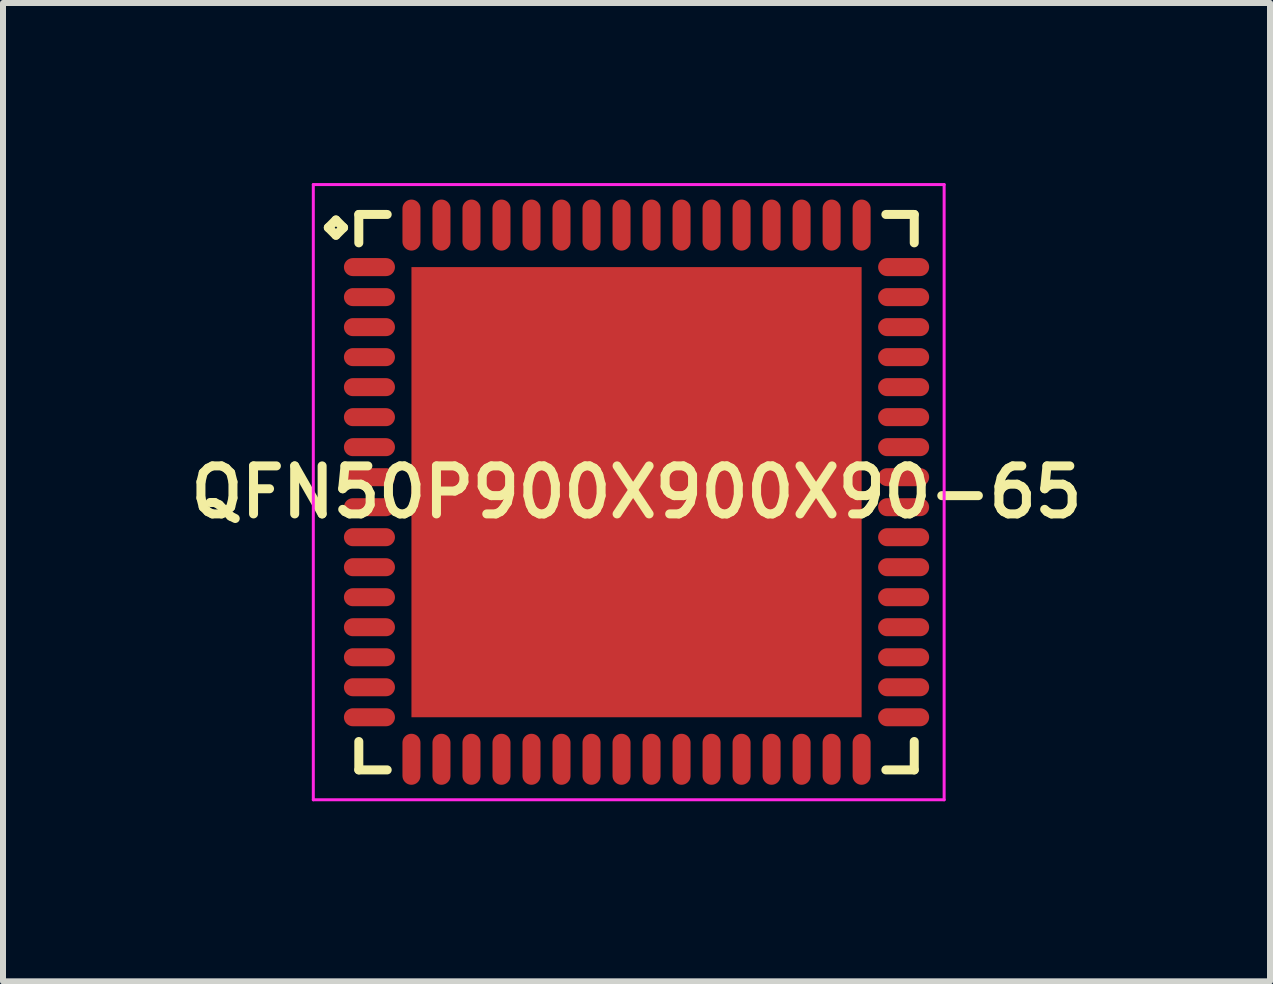
<source format=kicad_pcb>
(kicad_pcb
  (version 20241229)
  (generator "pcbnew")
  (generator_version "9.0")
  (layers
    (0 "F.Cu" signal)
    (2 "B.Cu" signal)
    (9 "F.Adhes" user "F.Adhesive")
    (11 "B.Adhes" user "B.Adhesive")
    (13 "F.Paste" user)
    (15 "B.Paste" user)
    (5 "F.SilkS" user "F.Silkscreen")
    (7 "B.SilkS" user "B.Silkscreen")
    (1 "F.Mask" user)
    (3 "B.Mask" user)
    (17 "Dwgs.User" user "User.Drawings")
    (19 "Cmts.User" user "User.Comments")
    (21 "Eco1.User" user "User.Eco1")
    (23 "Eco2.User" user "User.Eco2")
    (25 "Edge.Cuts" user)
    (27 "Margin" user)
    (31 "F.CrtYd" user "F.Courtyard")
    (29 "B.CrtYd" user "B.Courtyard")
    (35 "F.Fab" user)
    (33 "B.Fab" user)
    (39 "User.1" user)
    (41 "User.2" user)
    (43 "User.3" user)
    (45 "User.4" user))
  (footprint "QFN50P900X900X90-65"
    (layer "F.Cu")
    (at 7.555 5.15)
    (property "Reference" "QFN50P900X900X90-65" (at 0 0 0) (layer "F.SilkS") (effects (font (size 0.8 0.8) (thickness 0.15))))
    (attr smd)
    (fp_line (start -5.135 -4.408) (end -5.008 -4.535) (stroke (width 0.15) (type solid)) (layer "F.SilkS"))
    (fp_line (start -5.008 -4.535) (end -4.881 -4.408) (stroke (width 0.15) (type solid)) (layer "F.SilkS"))
    (fp_line (start -5.008 -4.281) (end -5.135 -4.408) (stroke (width 0.15) (type solid)) (layer "F.SilkS"))
    (fp_line (start -4.881 -4.408) (end -5.008 -4.281) (stroke (width 0.15) (type solid)) (layer "F.SilkS"))
    (fp_line (start -4.627 -4.627) (end -4.154 -4.627) (stroke (width 0.15) (type solid)) (layer "F.SilkS"))
    (fp_line (start -4.627 -4.154) (end -4.627 -4.627) (stroke (width 0.15) (type solid)) (layer "F.SilkS"))
    (fp_line (start -4.627 4.154) (end -4.627 4.627) (stroke (width 0.15) (type solid)) (layer "F.SilkS"))
    (fp_line (start -4.627 4.627) (end -4.154 4.627) (stroke (width 0.15) (type solid)) (layer "F.SilkS"))
    (fp_line (start 4.154 -4.627) (end 4.627 -4.627) (stroke (width 0.15) (type solid)) (layer "F.SilkS"))
    (fp_line (start 4.154 4.627) (end 4.627 4.627) (stroke (width 0.15) (type solid)) (layer "F.SilkS"))
    (fp_line (start 4.627 -4.627) (end 4.627 -4.154) (stroke (width 0.15) (type solid)) (layer "F.SilkS"))
    (fp_line (start 4.627 4.627) (end 4.627 4.154) (stroke (width 0.15) (type solid)) (layer "F.SilkS"))
    (fp_line (start -5.385 -5.125) (end 5.125 -5.125) (stroke (width 0.05) (type solid)) (layer "F.CrtYd"))
    (fp_line (start -5.385 5.125) (end -5.385 -5.125) (stroke (width 0.05) (type solid)) (layer "F.CrtYd"))
    (fp_line (start 5.125 -5.125) (end 5.125 5.125) (stroke (width 0.05) (type solid)) (layer "F.CrtYd"))
    (fp_line (start 5.125 5.125) (end -5.385 5.125) (stroke (width 0.05) (type solid)) (layer "F.CrtYd"))
    (pad "1" smd oval (at -4.45 -3.75) (size 0.85 0.3) (layers "F.Cu" "F.Mask" "F.Paste"))
    (pad "2" smd oval (at -4.45 -3.25) (size 0.85 0.3) (layers "F.Cu" "F.Mask" "F.Paste"))
    (pad "3" smd oval (at -4.45 -2.75) (size 0.85 0.3) (layers "F.Cu" "F.Mask" "F.Paste"))
    (pad "4" smd oval (at -4.45 -2.25) (size 0.85 0.3) (layers "F.Cu" "F.Mask" "F.Paste"))
    (pad "5" smd oval (at -4.45 -1.75) (size 0.85 0.3) (layers "F.Cu" "F.Mask" "F.Paste"))
    (pad "6" smd oval (at -4.45 -1.25) (size 0.85 0.3) (layers "F.Cu" "F.Mask" "F.Paste"))
    (pad "7" smd oval (at -4.45 -0.75) (size 0.85 0.3) (layers "F.Cu" "F.Mask" "F.Paste"))
    (pad "8" smd oval (at -4.45 -0.25) (size 0.85 0.3) (layers "F.Cu" "F.Mask" "F.Paste"))
    (pad "9" smd oval (at -4.45 0.25) (size 0.85 0.3) (layers "F.Cu" "F.Mask" "F.Paste"))
    (pad "10" smd oval (at -4.45 0.75) (size 0.85 0.3) (layers "F.Cu" "F.Mask" "F.Paste"))
    (pad "11" smd oval (at -4.45 1.25) (size 0.85 0.3) (layers "F.Cu" "F.Mask" "F.Paste"))
    (pad "12" smd oval (at -4.45 1.75) (size 0.85 0.3) (layers "F.Cu" "F.Mask" "F.Paste"))
    (pad "13" smd oval (at -4.45 2.25) (size 0.85 0.3) (layers "F.Cu" "F.Mask" "F.Paste"))
    (pad "14" smd oval (at -4.45 2.75) (size 0.85 0.3) (layers "F.Cu" "F.Mask" "F.Paste"))
    (pad "15" smd oval (at -4.45 3.25) (size 0.85 0.3) (layers "F.Cu" "F.Mask" "F.Paste"))
    (pad "16" smd oval (at -4.45 3.75) (size 0.85 0.3) (layers "F.Cu" "F.Mask" "F.Paste"))
    (pad "17" smd oval (at -3.75 4.45) (size 0.3 0.85) (layers "F.Cu" "F.Mask" "F.Paste"))
    (pad "18" smd oval (at -3.25 4.45) (size 0.3 0.85) (layers "F.Cu" "F.Mask" "F.Paste"))
    (pad "19" smd oval (at -2.75 4.45) (size 0.3 0.85) (layers "F.Cu" "F.Mask" "F.Paste"))
    (pad "20" smd oval (at -2.25 4.45) (size 0.3 0.85) (layers "F.Cu" "F.Mask" "F.Paste"))
    (pad "21" smd oval (at -1.75 4.45) (size 0.3 0.85) (layers "F.Cu" "F.Mask" "F.Paste"))
    (pad "22" smd oval (at -1.25 4.45) (size 0.3 0.85) (layers "F.Cu" "F.Mask" "F.Paste"))
    (pad "23" smd oval (at -0.75 4.45) (size 0.3 0.85) (layers "F.Cu" "F.Mask" "F.Paste"))
    (pad "24" smd oval (at -0.25 4.45) (size 0.3 0.85) (layers "F.Cu" "F.Mask" "F.Paste"))
    (pad "25" smd oval (at 0.25 4.45) (size 0.3 0.85) (layers "F.Cu" "F.Mask" "F.Paste"))
    (pad "26" smd oval (at 0.75 4.45) (size 0.3 0.85) (layers "F.Cu" "F.Mask" "F.Paste"))
    (pad "27" smd oval (at 1.25 4.45) (size 0.3 0.85) (layers "F.Cu" "F.Mask" "F.Paste"))
    (pad "28" smd oval (at 1.75 4.45) (size 0.3 0.85) (layers "F.Cu" "F.Mask" "F.Paste"))
    (pad "29" smd oval (at 2.25 4.45) (size 0.3 0.85) (layers "F.Cu" "F.Mask" "F.Paste"))
    (pad "30" smd oval (at 2.75 4.45) (size 0.3 0.85) (layers "F.Cu" "F.Mask" "F.Paste"))
    (pad "31" smd oval (at 3.25 4.45) (size 0.3 0.85) (layers "F.Cu" "F.Mask" "F.Paste"))
    (pad "32" smd oval (at 3.75 4.45) (size 0.3 0.85) (layers "F.Cu" "F.Mask" "F.Paste"))
    (pad "33" smd oval (at 4.45 3.75) (size 0.85 0.3) (layers "F.Cu" "F.Mask" "F.Paste"))
    (pad "34" smd oval (at 4.45 3.25) (size 0.85 0.3) (layers "F.Cu" "F.Mask" "F.Paste"))
    (pad "35" smd oval (at 4.45 2.75) (size 0.85 0.3) (layers "F.Cu" "F.Mask" "F.Paste"))
    (pad "36" smd oval (at 4.45 2.25) (size 0.85 0.3) (layers "F.Cu" "F.Mask" "F.Paste"))
    (pad "37" smd oval (at 4.45 1.75) (size 0.85 0.3) (layers "F.Cu" "F.Mask" "F.Paste"))
    (pad "38" smd oval (at 4.45 1.25) (size 0.85 0.3) (layers "F.Cu" "F.Mask" "F.Paste"))
    (pad "39" smd oval (at 4.45 0.75) (size 0.85 0.3) (layers "F.Cu" "F.Mask" "F.Paste"))
    (pad "40" smd oval (at 4.45 0.25) (size 0.85 0.3) (layers "F.Cu" "F.Mask" "F.Paste"))
    (pad "41" smd oval (at 4.45 -0.25) (size 0.85 0.3) (layers "F.Cu" "F.Mask" "F.Paste"))
    (pad "42" smd oval (at 4.45 -0.75) (size 0.85 0.3) (layers "F.Cu" "F.Mask" "F.Paste"))
    (pad "43" smd oval (at 4.45 -1.25) (size 0.85 0.3) (layers "F.Cu" "F.Mask" "F.Paste"))
    (pad "44" smd oval (at 4.45 -1.75) (size 0.85 0.3) (layers "F.Cu" "F.Mask" "F.Paste"))
    (pad "45" smd oval (at 4.45 -2.25) (size 0.85 0.3) (layers "F.Cu" "F.Mask" "F.Paste"))
    (pad "46" smd oval (at 4.45 -2.75) (size 0.85 0.3) (layers "F.Cu" "F.Mask" "F.Paste"))
    (pad "47" smd oval (at 4.45 -3.25) (size 0.85 0.3) (layers "F.Cu" "F.Mask" "F.Paste"))
    (pad "48" smd oval (at 4.45 -3.75) (size 0.85 0.3) (layers "F.Cu" "F.Mask" "F.Paste"))
    (pad "49" smd oval (at 3.75 -4.45) (size 0.3 0.85) (layers "F.Cu" "F.Mask" "F.Paste"))
    (pad "50" smd oval (at 3.25 -4.45) (size 0.3 0.85) (layers "F.Cu" "F.Mask" "F.Paste"))
    (pad "51" smd oval (at 2.75 -4.45) (size 0.3 0.85) (layers "F.Cu" "F.Mask" "F.Paste"))
    (pad "52" smd oval (at 2.25 -4.45) (size 0.3 0.85) (layers "F.Cu" "F.Mask" "F.Paste"))
    (pad "53" smd oval (at 1.75 -4.45) (size 0.3 0.85) (layers "F.Cu" "F.Mask" "F.Paste"))
    (pad "54" smd oval (at 1.25 -4.45) (size 0.3 0.85) (layers "F.Cu" "F.Mask" "F.Paste"))
    (pad "55" smd oval (at 0.75 -4.45) (size 0.3 0.85) (layers "F.Cu" "F.Mask" "F.Paste"))
    (pad "56" smd oval (at 0.25 -4.45) (size 0.3 0.85) (layers "F.Cu" "F.Mask" "F.Paste"))
    (pad "57" smd oval (at -0.25 -4.45) (size 0.3 0.85) (layers "F.Cu" "F.Mask" "F.Paste"))
    (pad "58" smd oval (at -0.75 -4.45) (size 0.3 0.85) (layers "F.Cu" "F.Mask" "F.Paste"))
    (pad "59" smd oval (at -1.25 -4.45) (size 0.3 0.85) (layers "F.Cu" "F.Mask" "F.Paste"))
    (pad "60" smd oval (at -1.75 -4.45) (size 0.3 0.85) (layers "F.Cu" "F.Mask" "F.Paste"))
    (pad "61" smd oval (at -2.25 -4.45) (size 0.3 0.85) (layers "F.Cu" "F.Mask" "F.Paste"))
    (pad "62" smd oval (at -2.75 -4.45) (size 0.3 0.85) (layers "F.Cu" "F.Mask" "F.Paste"))
    (pad "63" smd oval (at -3.25 -4.45) (size 0.3 0.85) (layers "F.Cu" "F.Mask" "F.Paste"))
    (pad "64" smd oval (at -3.75 -4.45) (size 0.3 0.85) (layers "F.Cu" "F.Mask" "F.Paste"))
    (pad "65" smd rect (at 0 0) (size 7.5 7.5) (layers "F.Cu" "F.Mask" "F.Paste")))
  (gr_rect
    (start -3 -3)
    (end 18.109 13.3)
    (stroke (width 0.1) (type default))
    (fill no)
    (layer "Edge.Cuts")))
</source>
